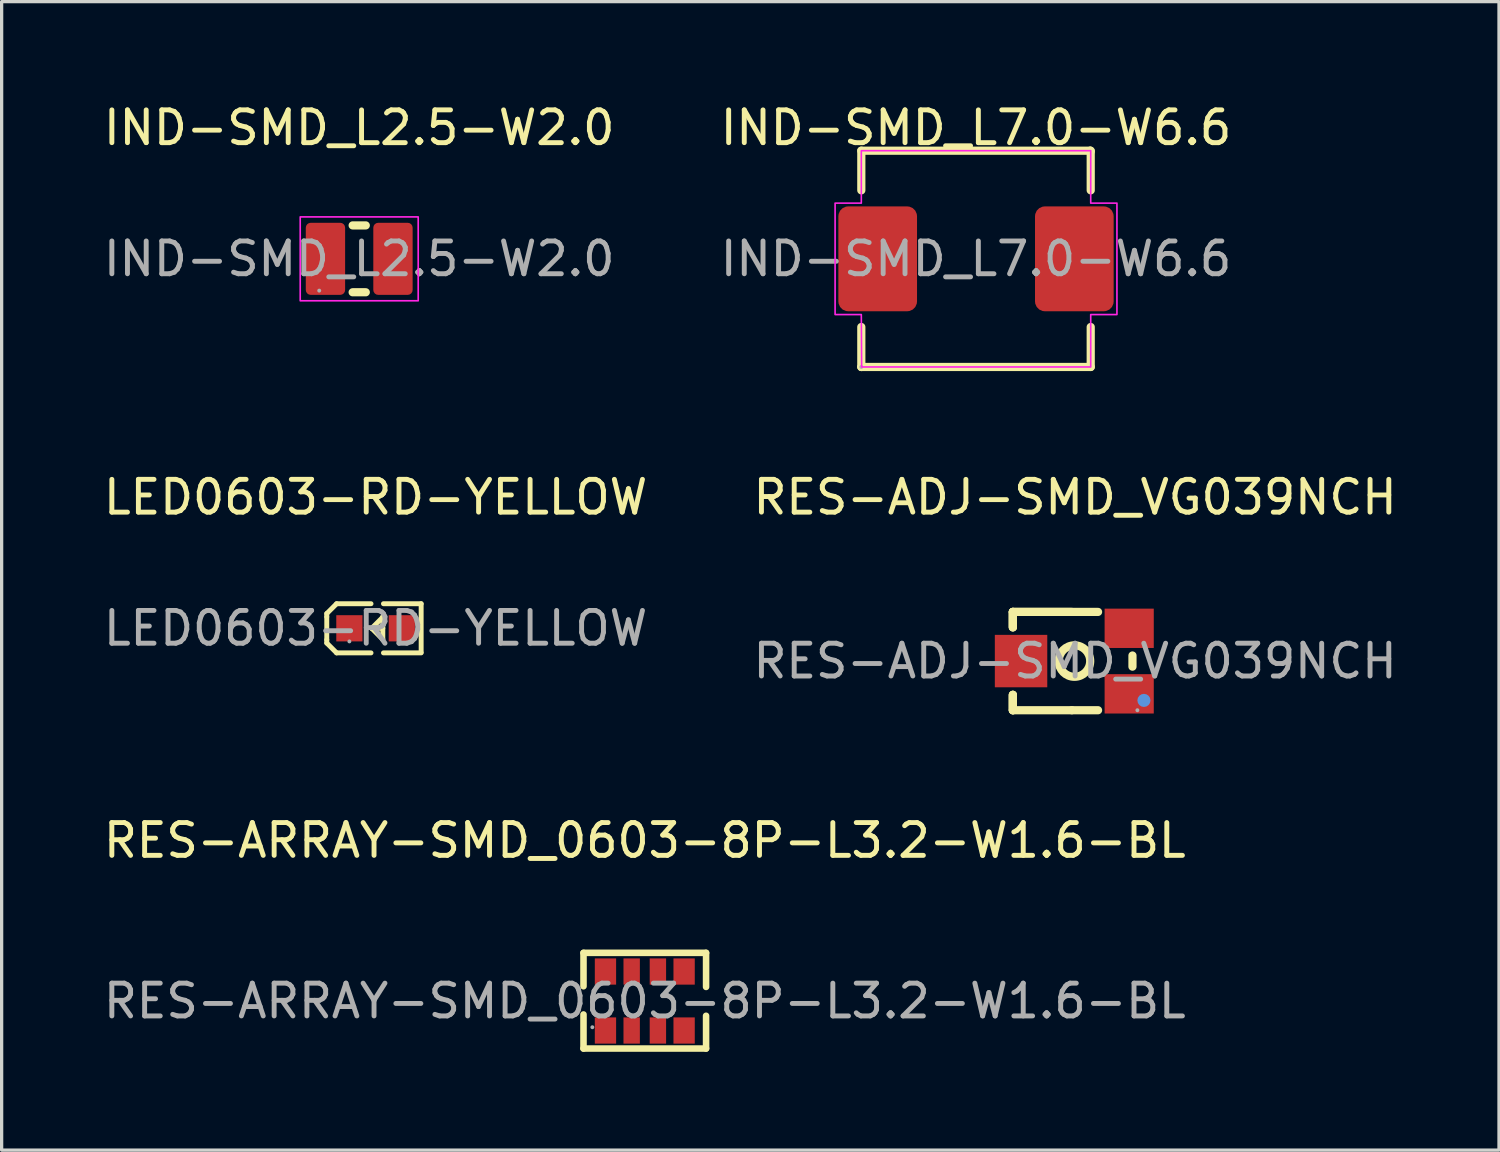
<source format=kicad_pcb>
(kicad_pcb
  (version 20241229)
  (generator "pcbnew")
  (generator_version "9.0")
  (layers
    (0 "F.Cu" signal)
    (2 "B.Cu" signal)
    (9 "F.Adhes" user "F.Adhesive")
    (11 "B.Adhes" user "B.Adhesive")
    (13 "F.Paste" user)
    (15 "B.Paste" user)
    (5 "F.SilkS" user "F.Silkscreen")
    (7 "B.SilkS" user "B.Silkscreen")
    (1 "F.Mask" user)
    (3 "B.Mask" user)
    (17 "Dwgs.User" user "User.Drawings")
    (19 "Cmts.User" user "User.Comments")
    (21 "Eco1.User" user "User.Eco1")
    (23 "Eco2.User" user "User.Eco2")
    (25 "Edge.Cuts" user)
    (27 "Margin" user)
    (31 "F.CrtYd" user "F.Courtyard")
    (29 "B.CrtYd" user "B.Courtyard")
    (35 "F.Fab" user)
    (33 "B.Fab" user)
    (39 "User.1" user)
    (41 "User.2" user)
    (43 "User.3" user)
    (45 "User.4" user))
  (footprint "IND-SMD_L2.5-W2.0"
    (layer "F.Cu")
    (at 7.911 4.848)
    (property "Reference" "IND-SMD_L2.5-W2.0" (at 0 -4 0) (layer "F.SilkS") (effects (font (size 1 1) (thickness 0.15))))
    (attr smd)
    (fp_line (start -0.2 1.02) (end 0.2 1.02) (stroke (width 0.25) (type solid)) (layer "F.SilkS"))
    (fp_line (start 0.2 -1.02) (end -0.2 -1.02) (stroke (width 0.25) (type solid)) (layer "F.SilkS"))
    (fp_rect (start -1.8 -1.28) (end 1.8 1.28) (stroke (width 0.05) (type default)) (fill no) (layer "F.CrtYd"))
    (fp_circle (center -1.22 0.97) (end -1.19 0.97) (stroke (width 0.06) (type solid)) (fill no) (layer "F.Fab"))
    (fp_text user "${REFERENCE}" (at 0 0 0) (layer "F.Fab") (effects (font (size 1 1) (thickness 0.15))))
    (pad "1" smd roundrect (at 1.03 0) (size 1.2 2.2) (layers "F.Cu" "F.Mask" "F.Paste") (roundrect_rratio 0.125))
    (pad "2" smd roundrect (at -1.03 0) (size 1.2 2.2) (layers "F.Cu" "F.Mask" "F.Paste") (roundrect_rratio 0.125)))
  (footprint "RES-ADJ-SMD_VG039NCH"
    (layer "F.Cu")
    (at 29.756 17.122)
    (property "Reference" "RES-ADJ-SMD_VG039NCH" (at 0 -5 0) (layer "F.SilkS") (effects (font (size 1 1) (thickness 0.15))))
    (attr smd)
    (fp_line (start -1.9 -1.5) (end 0.7 -1.5) (stroke (width 0.25) (type solid)) (layer "F.SilkS"))
    (fp_line (start -1.9 -1.03) (end -1.9 -1.5) (stroke (width 0.25) (type solid)) (layer "F.SilkS"))
    (fp_line (start -1.9 -1.03) (end -1.9 -1.5) (stroke (width 0.25) (type solid)) (layer "F.SilkS"))
    (fp_line (start -1.9 -1.03) (end -1.9 -1.5) (stroke (width 0.25) (type solid)) (layer "F.SilkS"))
    (fp_line (start -1.9 1.5) (end -1.9 1.03) (stroke (width 0.25) (type solid)) (layer "F.SilkS"))
    (fp_line (start -1.9 1.5) (end -1.9 1.03) (stroke (width 0.25) (type solid)) (layer "F.SilkS"))
    (fp_line (start -1.9 1.5) (end -1.9 1.03) (stroke (width 0.25) (type solid)) (layer "F.SilkS"))
    (fp_line (start -0.1 -1.5) (end -1.9 -1.5) (stroke (width 0.25) (type solid)) (layer "F.SilkS"))
    (fp_line (start -0.1 1.5) (end -1.9 1.5) (stroke (width 0.25) (type solid)) (layer "F.SilkS"))
    (fp_line (start -0.1 1.5) (end 0.7 1.5) (stroke (width 0.25) (type solid)) (layer "F.SilkS"))
    (fp_line (start 1.75 0.17) (end 1.75 -0.17) (stroke (width 0.25) (type solid)) (layer "F.SilkS"))
    (fp_circle (center -0.02 0) (end 0.46 0) (stroke (width 0.25) (type solid)) (fill no) (layer "F.SilkS"))
    (fp_circle (center 2.1 1.2) (end 2.2 1.2) (stroke (width 0.2) (type solid)) (fill no) (layer "Cmts.User"))
    (fp_circle (center 1.9 1.5) (end 1.93 1.5) (stroke (width 0.06) (type solid)) (fill no) (layer "F.Fab"))
    (fp_text user "${REFERENCE}" (at 0 0 0) (layer "F.Fab") (effects (font (size 1 1) (thickness 0.15))))
    (pad "1" smd rect (at 1.65 1 90) (size 1.2 1.5) (layers "F.Cu" "F.Mask" "F.Paste"))
    (pad "2" smd rect (at -1.65 0 90) (size 1.6 1.6) (layers "F.Cu" "F.Mask" "F.Paste"))
    (pad "3" smd rect (at 1.65 -1 90) (size 1.2 1.5) (layers "F.Cu" "F.Mask" "F.Paste")))
  (footprint "LED0603-RD-YELLOW"
    (layer "F.Cu")
    (at 8.411 16.122)
    (property "Reference" "LED0603-RD-YELLOW" (at 0 -4 0) (layer "F.SilkS") (effects (font (size 1 1) (thickness 0.15))))
    (attr smd)
    (fp_line (start -1.49 -0.45) (end -1.19 -0.75) (stroke (width 0.15) (type solid)) (layer "F.SilkS"))
    (fp_line (start -1.49 -0.35) (end -1.49 -0.45) (stroke (width 0.15) (type solid)) (layer "F.SilkS"))
    (fp_line (start -1.49 -0.35) (end -1.49 0.35) (stroke (width 0.15) (type solid)) (layer "F.SilkS"))
    (fp_line (start -1.49 0.35) (end -1.49 0.45) (stroke (width 0.15) (type solid)) (layer "F.SilkS"))
    (fp_line (start -1.49 0.45) (end -1.19 0.75) (stroke (width 0.15) (type solid)) (layer "F.SilkS"))
    (fp_line (start -0.14 -0.75) (end -1.19 -0.75) (stroke (width 0.15) (type solid)) (layer "F.SilkS"))
    (fp_line (start -0.14 0.75) (end -1.19 0.75) (stroke (width 0.15) (type solid)) (layer "F.SilkS"))
    (fp_line (start 0.21 0.33) (end -0.12 0) (stroke (width 0.15) (type solid)) (layer "F.SilkS"))
    (fp_line (start 0.22 -0.35) (end 0.22 -0.34) (stroke (width 0.15) (type solid)) (layer "F.SilkS"))
    (fp_line (start 0.22 -0.35) (end 0.22 0.33) (stroke (width 0.15) (type solid)) (layer "F.SilkS"))
    (fp_line (start 0.22 -0.34) (end -0.12 0) (stroke (width 0.15) (type solid)) (layer "F.SilkS"))
    (fp_line (start 0.22 0) (end -0.12 0) (stroke (width 0.15) (type solid)) (layer "F.SilkS"))
    (fp_line (start 0.22 0.33) (end 0.21 0.33) (stroke (width 0.15) (type solid)) (layer "F.SilkS"))
    (fp_line (start 0.24 -0.75) (end 1.39 -0.75) (stroke (width 0.15) (type solid)) (layer "F.SilkS"))
    (fp_line (start 0.24 0.75) (end 1.39 0.75) (stroke (width 0.15) (type solid)) (layer "F.SilkS"))
    (fp_line (start 1.39 -0.75) (end 1.39 0.73) (stroke (width 0.15) (type solid)) (layer "F.SilkS"))
    (fp_circle (center -0.8 0.4) (end -0.77 0.4) (stroke (width 0.06) (type solid)) (fill no) (layer "F.Fab"))
    (fp_text user "${REFERENCE}" (at 0 0 0) (layer "F.Fab") (effects (font (size 1 1) (thickness 0.15))))
    (pad "1" smd rect (at -0.8 0 90) (size 0.8 0.8) (layers "F.Cu" "F.Mask" "F.Paste"))
    (pad "2" smd rect (at 0.8 0 90) (size 0.8 0.8) (layers "F.Cu" "F.Mask" "F.Paste")))
  (footprint "RES-ARRAY-SMD_0603-8P-L3.2-W1.6-BL"
    (layer "F.Cu")
    (at 16.625 27.495)
    (property "Reference" "RES-ARRAY-SMD_0603-8P-L3.2-W1.6-BL" (at 0 -4.9 0) (layer "F.SilkS") (effects (font (size 1 1) (thickness 0.15))))
    (attr smd)
    (fp_line (start -1.87 -1.47) (end 1.87 -1.47) (stroke (width 0.2) (type solid)) (layer "F.SilkS"))
    (fp_line (start -1.87 -0.45) (end -1.87 -1.47) (stroke (width 0.2) (type solid)) (layer "F.SilkS"))
    (fp_line (start -1.87 1.45) (end -1.87 0.41) (stroke (width 0.2) (type solid)) (layer "F.SilkS"))
    (fp_line (start 1.87 -1.47) (end 1.87 -0.43) (stroke (width 0.2) (type solid)) (layer "F.SilkS"))
    (fp_line (start 1.87 0.45) (end 1.87 1.45) (stroke (width 0.2) (type solid)) (layer "F.SilkS"))
    (fp_line (start 1.87 1.45) (end -1.87 1.45) (stroke (width 0.2) (type solid)) (layer "F.SilkS"))
    (fp_circle (center -1.6 0.8) (end -1.57 0.8) (stroke (width 0.06) (type solid)) (fill no) (layer "F.Fab"))
    (fp_text user "${REFERENCE}" (at 0 0 0) (layer "F.Fab") (effects (font (size 1 1) (thickness 0.15))))
    (pad "1" smd rect (at -1.2 0.9) (size 0.65 0.8) (layers "F.Cu" "F.Mask" "F.Paste"))
    (pad "2" smd rect (at -0.4 0.9) (size 0.5 0.8) (layers "F.Cu" "F.Mask" "F.Paste"))
    (pad "3" smd rect (at 0.4 0.9) (size 0.5 0.8) (layers "F.Cu" "F.Mask" "F.Paste"))
    (pad "4" smd rect (at 1.2 0.9) (size 0.65 0.8) (layers "F.Cu" "F.Mask" "F.Paste"))
    (pad "5" smd rect (at 1.2 -0.9) (size 0.65 0.8) (layers "F.Cu" "F.Mask" "F.Paste"))
    (pad "6" smd rect (at 0.4 -0.9) (size 0.5 0.8) (layers "F.Cu" "F.Mask" "F.Paste"))
    (pad "7" smd rect (at -0.4 -0.9) (size 0.5 0.8) (layers "F.Cu" "F.Mask" "F.Paste"))
    (pad "8" smd rect (at -1.2 -0.9) (size 0.65 0.8) (layers "F.Cu" "F.Mask" "F.Paste")))
  (footprint "IND-SMD_L7.0-W6.6"
    (layer "F.Cu")
    (at 26.732 4.848)
    (property "Reference" "IND-SMD_L7.0-W6.6" (at 0 -4 0) (layer "F.SilkS") (effects (font (size 1 1) (thickness 0.15))))
    (attr smd)
    (fp_line (start -3.5 -3.3) (end 3.48 -3.3) (stroke (width 0.25) (type solid)) (layer "F.SilkS"))
    (fp_line (start -3.5 -2.09) (end -3.5 -3.3) (stroke (width 0.25) (type solid)) (layer "F.SilkS"))
    (fp_line (start -3.5 3.3) (end -3.5 2.08) (stroke (width 0.25) (type solid)) (layer "F.SilkS"))
    (fp_line (start -3.49 3.3) (end -3.5 3.3) (stroke (width 0.25) (type solid)) (layer "F.SilkS"))
    (fp_line (start 3.48 -3.3) (end 3.5 -3.28) (stroke (width 0.25) (type solid)) (layer "F.SilkS"))
    (fp_line (start 3.5 -3.3) (end 3.5 -2.09) (stroke (width 0.25) (type solid)) (layer "F.SilkS"))
    (fp_line (start 3.5 2.08) (end 3.5 3.3) (stroke (width 0.25) (type solid)) (layer "F.SilkS"))
    (fp_line (start 3.5 3.3) (end -3.49 3.3) (stroke (width 0.25) (type solid)) (layer "F.SilkS"))
    (fp_poly (pts (xy -3.5 -3.3) (xy -3.5 -1.7) (xy -4.3 -1.7) (xy -4.3 1.7) (xy -3.5 1.7) (xy -3.49 3.3) (xy 3.5 3.3) (xy 3.5 1.7) (xy 4.3 1.7) (xy 4.3 -1.7) (xy 3.5 -1.7) (xy 3.5 -3.3)) (stroke (width 0.05) (type solid)) (fill no) (layer "F.CrtYd"))
    (fp_circle (center -3.5 3.3) (end -3.47 3.3) (stroke (width 0.06) (type solid)) (fill no) (layer "F.Fab"))
    (fp_text user "${REFERENCE}" (at 0 0 0) (layer "F.Fab") (effects (font (size 1 1) (thickness 0.15))))
    (pad "1" smd roundrect (at -3 0) (size 2.4 3.2) (layers "F.Cu" "F.Mask" "F.Paste") (roundrect_rratio 0.125))
    (pad "2" smd roundrect (at 3 0) (size 2.4 3.2) (layers "F.Cu" "F.Mask" "F.Paste") (roundrect_rratio 0.125)))
  (gr_rect
    (start -3 -3)
    (end 42.69 32.045)
    (stroke (width 0.1) (type default))
    (fill no)
    (layer "Edge.Cuts")))
</source>
